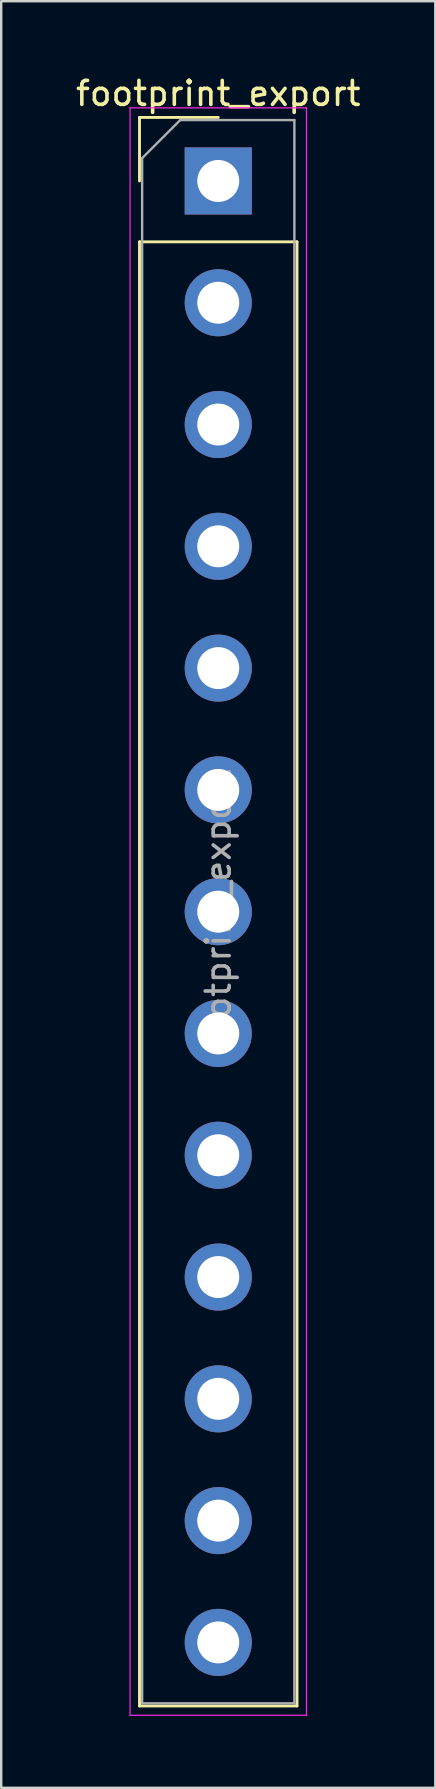
<source format=kicad_pcb>
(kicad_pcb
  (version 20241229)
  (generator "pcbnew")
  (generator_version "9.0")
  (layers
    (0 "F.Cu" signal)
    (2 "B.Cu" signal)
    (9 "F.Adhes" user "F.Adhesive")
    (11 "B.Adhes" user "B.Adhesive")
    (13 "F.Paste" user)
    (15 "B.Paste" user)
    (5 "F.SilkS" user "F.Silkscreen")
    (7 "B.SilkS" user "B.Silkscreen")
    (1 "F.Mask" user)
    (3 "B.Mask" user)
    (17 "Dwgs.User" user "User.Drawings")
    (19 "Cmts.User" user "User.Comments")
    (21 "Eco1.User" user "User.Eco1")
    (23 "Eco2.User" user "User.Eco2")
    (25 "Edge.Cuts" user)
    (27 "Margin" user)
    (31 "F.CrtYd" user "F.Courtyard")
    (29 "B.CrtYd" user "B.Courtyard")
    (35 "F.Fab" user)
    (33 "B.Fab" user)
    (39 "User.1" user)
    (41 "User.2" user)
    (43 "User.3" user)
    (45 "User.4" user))
  (footprint "footprint_export"
    (layer "F.Cu")
    (at 6.054 4.498)
    (property "Reference" "footprint_export" (at 0 -3.65 0) (layer "F.SilkS") (effects (font (size 1 1) (thickness 0.15))))
    (attr through_hole)
    (fp_line (start -3.285 -2.65) (end 0 -2.65) (stroke (width 0.12) (type solid)) (layer "F.SilkS"))
    (fp_line (start -3.285 0) (end -3.285 -2.65) (stroke (width 0.12) (type solid)) (layer "F.SilkS"))
    (fp_line (start -3.285 2.54) (end -3.285 63.61) (stroke (width 0.12) (type solid)) (layer "F.SilkS"))
    (fp_line (start -3.285 2.54) (end 3.285 2.54) (stroke (width 0.12) (type solid)) (layer "F.SilkS"))
    (fp_line (start -3.285 63.61) (end 3.285 63.61) (stroke (width 0.12) (type solid)) (layer "F.SilkS"))
    (fp_line (start 3.285 2.54) (end 3.285 63.61) (stroke (width 0.12) (type solid)) (layer "F.SilkS"))
    (fp_line (start -3.68 -3.05) (end -3.68 64) (stroke (width 0.05) (type solid)) (layer "F.CrtYd"))
    (fp_line (start -3.68 64) (end 3.68 64) (stroke (width 0.05) (type solid)) (layer "F.CrtYd"))
    (fp_line (start 3.68 -3.05) (end -3.68 -3.05) (stroke (width 0.05) (type solid)) (layer "F.CrtYd"))
    (fp_line (start 3.68 64) (end 3.68 -3.05) (stroke (width 0.05) (type solid)) (layer "F.CrtYd"))
    (fp_line (start -3.175 -0.953) (end -1.587 -2.54) (stroke (width 0.1) (type solid)) (layer "F.Fab"))
    (fp_line (start -3.175 63.5) (end -3.175 -0.953) (stroke (width 0.1) (type solid)) (layer "F.Fab"))
    (fp_line (start -1.587 -2.54) (end 3.175 -2.54) (stroke (width 0.1) (type solid)) (layer "F.Fab"))
    (fp_line (start 3.175 -2.54) (end 3.175 63.5) (stroke (width 0.1) (type solid)) (layer "F.Fab"))
    (fp_line (start 3.175 63.5) (end -3.175 63.5) (stroke (width 0.1) (type solid)) (layer "F.Fab"))
    (fp_text user "${REFERENCE}" (at 0 30.48 90) (layer "F.Fab") (effects (font (size 1 1) (thickness 0.15))))
    (pad "1" thru_hole rect (at 0 0) (size 2.8 2.8) (drill 1.75) (layers "*.Cu" "*.Mask"))
    (pad "2" thru_hole circle (at 0 5.08) (size 2.8 2.8) (drill 1.75) (layers "*.Cu" "*.Mask"))
    (pad "3" thru_hole circle (at 0 10.16) (size 2.8 2.8) (drill 1.75) (layers "*.Cu" "*.Mask"))
    (pad "4" thru_hole circle (at 0 15.24) (size 2.8 2.8) (drill 1.75) (layers "*.Cu" "*.Mask"))
    (pad "5" thru_hole circle (at 0 20.32) (size 2.8 2.8) (drill 1.75) (layers "*.Cu" "*.Mask"))
    (pad "6" thru_hole circle (at 0 25.4) (size 2.8 2.8) (drill 1.75) (layers "*.Cu" "*.Mask"))
    (pad "7" thru_hole circle (at 0 30.48) (size 2.8 2.8) (drill 1.75) (layers "*.Cu" "*.Mask"))
    (pad "8" thru_hole circle (at 0 35.56) (size 2.8 2.8) (drill 1.75) (layers "*.Cu" "*.Mask"))
    (pad "9" thru_hole circle (at 0 40.64) (size 2.8 2.8) (drill 1.75) (layers "*.Cu" "*.Mask"))
    (pad "10" thru_hole circle (at 0 45.72) (size 2.8 2.8) (drill 1.75) (layers "*.Cu" "*.Mask"))
    (pad "11" thru_hole circle (at 0 50.8) (size 2.8 2.8) (drill 1.75) (layers "*.Cu" "*.Mask"))
    (pad "12" thru_hole circle (at 0 55.88) (size 2.8 2.8) (drill 1.75) (layers "*.Cu" "*.Mask"))
    (pad "13" thru_hole circle (at 0 60.96) (size 2.8 2.8) (drill 1.75) (layers "*.Cu" "*.Mask")))
  (gr_rect
    (start -3 -3)
    (end 15.107 71.523)
    (stroke (width 0.1) (type default))
    (fill no)
    (layer "Edge.Cuts")))
</source>
